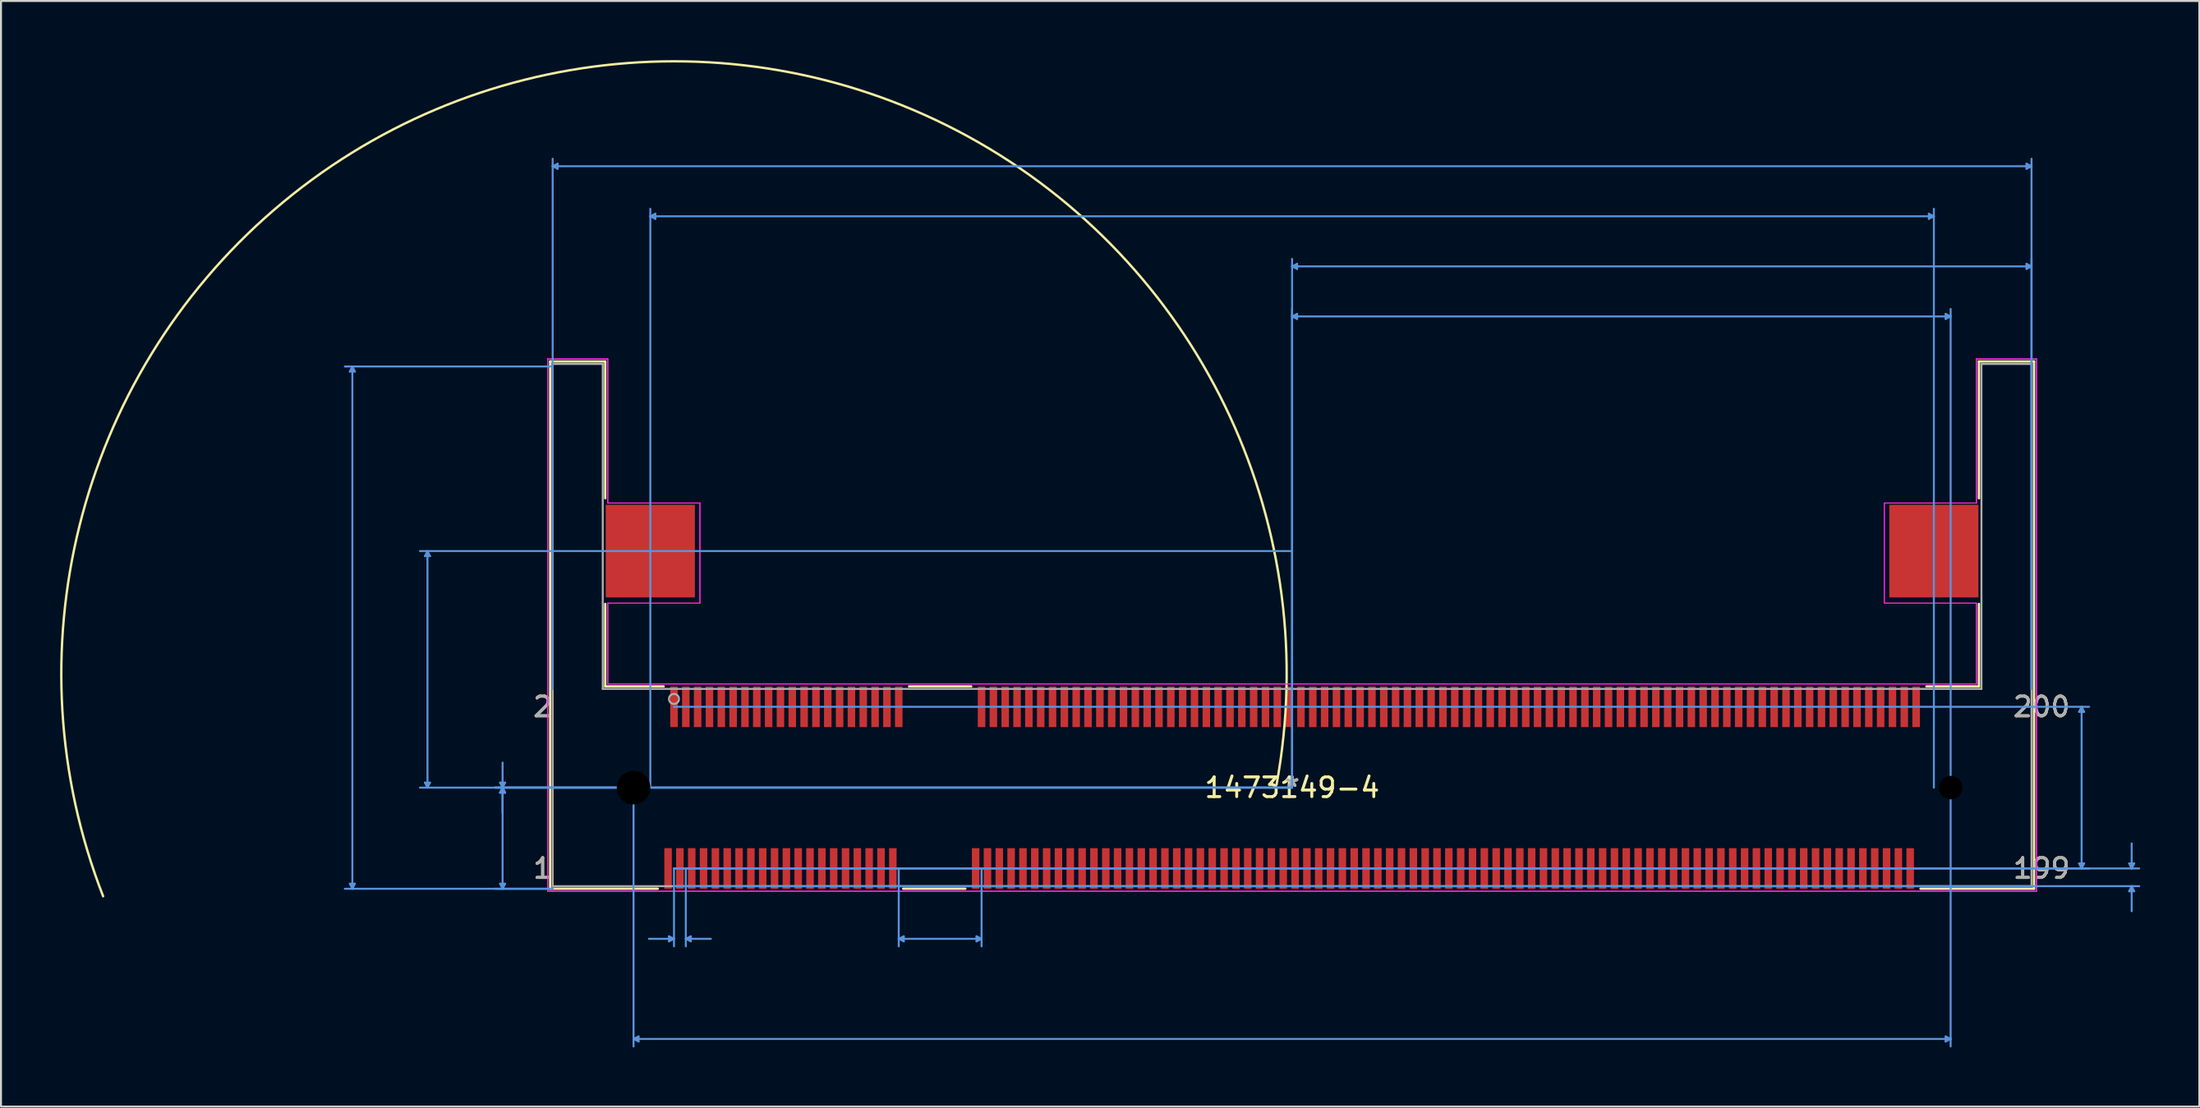
<source format=kicad_pcb>
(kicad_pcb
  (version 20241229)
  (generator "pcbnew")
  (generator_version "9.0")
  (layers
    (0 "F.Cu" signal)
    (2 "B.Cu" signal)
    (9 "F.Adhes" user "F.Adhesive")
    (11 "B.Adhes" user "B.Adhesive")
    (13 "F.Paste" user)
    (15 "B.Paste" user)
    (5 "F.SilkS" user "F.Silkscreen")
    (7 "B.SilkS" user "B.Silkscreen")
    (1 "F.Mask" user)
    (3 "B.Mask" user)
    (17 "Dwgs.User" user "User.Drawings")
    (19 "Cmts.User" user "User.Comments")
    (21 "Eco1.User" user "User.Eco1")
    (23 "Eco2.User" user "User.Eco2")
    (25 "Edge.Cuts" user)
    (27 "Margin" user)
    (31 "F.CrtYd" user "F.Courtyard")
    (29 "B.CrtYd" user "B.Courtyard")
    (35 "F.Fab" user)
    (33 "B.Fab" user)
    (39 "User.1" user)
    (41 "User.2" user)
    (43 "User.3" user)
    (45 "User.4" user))
  (footprint "1473149-4"
    (layer "F.Cu")
    (at 62.484 36.906)
    (property "Reference" "1473149-4" (at 0 0 0) (layer "F.SilkS") (effects (font (size 1 1) (thickness 0.15))))
    (attr through_hole)
    (fp_line (start -37.63 -21.619) (end -34.836 -21.619) (stroke (width 0.12) (type solid)) (layer "F.SilkS"))
    (fp_line (start -37.63 5.127) (end -37.63 -21.619) (stroke (width 0.12) (type solid)) (layer "F.SilkS"))
    (fp_line (start -34.836 -21.619) (end -34.836 -14.681) (stroke (width 0.12) (type solid)) (layer "F.SilkS"))
    (fp_line (start -34.836 -9.319) (end -34.836 -5.135) (stroke (width 0.12) (type solid)) (layer "F.SilkS"))
    (fp_line (start -34.836 -5.135) (end -31.873 -5.135) (stroke (width 0.12) (type solid)) (layer "F.SilkS"))
    (fp_line (start -32.173 5.127) (end -37.63 5.127) (stroke (width 0.12) (type solid)) (layer "F.SilkS"))
    (fp_line (start -19.427 -5.135) (end -16.273 -5.135) (stroke (width 0.12) (type solid)) (layer "F.SilkS"))
    (fp_line (start -16.573 5.127) (end -19.727 5.127) (stroke (width 0.12) (type solid)) (layer "F.SilkS"))
    (fp_line (start 32.173 -5.135) (end 34.836 -5.135) (stroke (width 0.12) (type solid)) (layer "F.SilkS"))
    (fp_line (start 34.836 -21.619) (end 37.63 -21.619) (stroke (width 0.12) (type solid)) (layer "F.SilkS"))
    (fp_line (start 34.836 -14.681) (end 34.836 -21.619) (stroke (width 0.12) (type solid)) (layer "F.SilkS"))
    (fp_line (start 34.836 -5.135) (end 34.836 -9.319) (stroke (width 0.12) (type solid)) (layer "F.SilkS"))
    (fp_line (start 37.63 -21.619) (end 37.63 5.127) (stroke (width 0.12) (type solid)) (layer "F.SilkS"))
    (fp_line (start 37.63 5.127) (end 31.873 5.127) (stroke (width 0.12) (type solid)) (layer "F.SilkS"))
    (fp_arc (start -60.302902 5.510565) (mid -34.290533 -36.706329) (end -0.789838 -0.146613) (stroke (width 0.12) (type solid)) (layer "F.SilkS"))
    (fp_line (start -47.79 -21.11) (end -47.536 -21.11) (stroke (width 0.1) (type solid)) (layer "Cmts.User"))
    (fp_line (start -47.79 4.875) (end -47.536 4.875) (stroke (width 0.1) (type solid)) (layer "Cmts.User"))
    (fp_line (start -47.663 -21.364) (end -47.79 -21.11) (stroke (width 0.1) (type solid)) (layer "Cmts.User"))
    (fp_line (start -47.663 -21.364) (end -47.663 5.129) (stroke (width 0.1) (type solid)) (layer "Cmts.User"))
    (fp_line (start -47.663 -21.364) (end -47.536 -21.11) (stroke (width 0.1) (type solid)) (layer "Cmts.User"))
    (fp_line (start -47.663 5.129) (end -47.79 4.875) (stroke (width 0.1) (type solid)) (layer "Cmts.User"))
    (fp_line (start -47.663 5.129) (end -47.536 4.875) (stroke (width 0.1) (type solid)) (layer "Cmts.User"))
    (fp_line (start -43.98 -11.746) (end -43.726 -11.746) (stroke (width 0.1) (type solid)) (layer "Cmts.User"))
    (fp_line (start -43.98 -0.254) (end -43.726 -0.254) (stroke (width 0.1) (type solid)) (layer "Cmts.User"))
    (fp_line (start -43.853 -12) (end -43.98 -11.746) (stroke (width 0.1) (type solid)) (layer "Cmts.User"))
    (fp_line (start -43.853 -12) (end -43.853 0) (stroke (width 0.1) (type solid)) (layer "Cmts.User"))
    (fp_line (start -43.853 -12) (end -43.726 -11.746) (stroke (width 0.1) (type solid)) (layer "Cmts.User"))
    (fp_line (start -43.853 0) (end -43.98 -0.254) (stroke (width 0.1) (type solid)) (layer "Cmts.User"))
    (fp_line (start -43.853 0) (end -43.726 -0.254) (stroke (width 0.1) (type solid)) (layer "Cmts.User"))
    (fp_line (start -40.17 -0.254) (end -39.916 -0.254) (stroke (width 0.1) (type solid)) (layer "Cmts.User"))
    (fp_line (start -40.17 0.254) (end -39.916 0.254) (stroke (width 0.1) (type solid)) (layer "Cmts.User"))
    (fp_line (start -40.17 0.254) (end -39.916 0.254) (stroke (width 0.1) (type solid)) (layer "Cmts.User"))
    (fp_line (start -40.17 4.875) (end -39.916 4.875) (stroke (width 0.1) (type solid)) (layer "Cmts.User"))
    (fp_line (start -40.043 0) (end -40.17 -0.254) (stroke (width 0.1) (type solid)) (layer "Cmts.User"))
    (fp_line (start -40.043 0) (end -40.17 0.254) (stroke (width 0.1) (type solid)) (layer "Cmts.User"))
    (fp_line (start -40.043 0) (end -40.17 0.254) (stroke (width 0.1) (type solid)) (layer "Cmts.User"))
    (fp_line (start -40.043 0) (end -40.043 -1.27) (stroke (width 0.1) (type solid)) (layer "Cmts.User"))
    (fp_line (start -40.043 0) (end -40.043 1.27) (stroke (width 0.1) (type solid)) (layer "Cmts.User"))
    (fp_line (start -40.043 0) (end -40.043 5.129) (stroke (width 0.1) (type solid)) (layer "Cmts.User"))
    (fp_line (start -40.043 0) (end -39.916 -0.254) (stroke (width 0.1) (type solid)) (layer "Cmts.User"))
    (fp_line (start -40.043 0) (end -39.916 0.254) (stroke (width 0.1) (type solid)) (layer "Cmts.User"))
    (fp_line (start -40.043 0) (end -39.916 0.254) (stroke (width 0.1) (type solid)) (layer "Cmts.User"))
    (fp_line (start -40.043 5.129) (end -40.17 4.875) (stroke (width 0.1) (type solid)) (layer "Cmts.User"))
    (fp_line (start -40.043 5.129) (end -39.916 4.875) (stroke (width 0.1) (type solid)) (layer "Cmts.User"))
    (fp_line (start -37.503 -31.523) (end -37.249 -31.65) (stroke (width 0.1) (type solid)) (layer "Cmts.User"))
    (fp_line (start -37.503 -31.523) (end -37.249 -31.396) (stroke (width 0.1) (type solid)) (layer "Cmts.User"))
    (fp_line (start -37.503 -31.523) (end 37.503 -31.523) (stroke (width 0.1) (type solid)) (layer "Cmts.User"))
    (fp_line (start -37.503 -21.364) (end -48.044 -21.364) (stroke (width 0.1) (type solid)) (layer "Cmts.User"))
    (fp_line (start -37.503 -5.008) (end -37.503 -31.904) (stroke (width 0.1) (type solid)) (layer "Cmts.User"))
    (fp_line (start -37.503 5.129) (end -48.044 5.129) (stroke (width 0.1) (type solid)) (layer "Cmts.User"))
    (fp_line (start -37.503 5.129) (end -40.424 5.129) (stroke (width 0.1) (type solid)) (layer "Cmts.User"))
    (fp_line (start -37.249 -31.65) (end -37.249 -31.396) (stroke (width 0.1) (type solid)) (layer "Cmts.User"))
    (fp_line (start -33.401 0) (end -40.424 0) (stroke (width 0.1) (type solid)) (layer "Cmts.User"))
    (fp_line (start -33.401 0) (end -33.401 13.13) (stroke (width 0.1) (type solid)) (layer "Cmts.User"))
    (fp_line (start -33.401 12.749) (end -33.147 12.622) (stroke (width 0.1) (type solid)) (layer "Cmts.User"))
    (fp_line (start -33.401 12.749) (end -33.147 12.876) (stroke (width 0.1) (type solid)) (layer "Cmts.User"))
    (fp_line (start -33.401 12.749) (end 33.401 12.749) (stroke (width 0.1) (type solid)) (layer "Cmts.User"))
    (fp_line (start -33.147 12.622) (end -33.147 12.876) (stroke (width 0.1) (type solid)) (layer "Cmts.User"))
    (fp_line (start -32.55 -28.983) (end -32.296 -29.11) (stroke (width 0.1) (type solid)) (layer "Cmts.User"))
    (fp_line (start -32.55 -28.983) (end -32.296 -28.856) (stroke (width 0.1) (type solid)) (layer "Cmts.User"))
    (fp_line (start -32.55 -28.983) (end 32.55 -28.983) (stroke (width 0.1) (type solid)) (layer "Cmts.User"))
    (fp_line (start -32.55 0) (end -32.55 -29.364) (stroke (width 0.1) (type solid)) (layer "Cmts.User"))
    (fp_line (start -32.296 -29.11) (end -32.296 -28.856) (stroke (width 0.1) (type solid)) (layer "Cmts.User"))
    (fp_line (start -31.604 7.542) (end -31.604 7.796) (stroke (width 0.1) (type solid)) (layer "Cmts.User"))
    (fp_line (start -31.35 -4.1) (end 40.424 -4.1) (stroke (width 0.1) (type solid)) (layer "Cmts.User"))
    (fp_line (start -31.35 4.1) (end -31.35 8.05) (stroke (width 0.1) (type solid)) (layer "Cmts.User"))
    (fp_line (start -31.35 4.1) (end 42.964 4.1) (stroke (width 0.1) (type solid)) (layer "Cmts.User"))
    (fp_line (start -31.35 4.1) (end 40.424 4.1) (stroke (width 0.1) (type solid)) (layer "Cmts.User"))
    (fp_line (start -31.35 5) (end 42.964 5) (stroke (width 0.1) (type solid)) (layer "Cmts.User"))
    (fp_line (start -31.35 7.669) (end -32.62 7.669) (stroke (width 0.1) (type solid)) (layer "Cmts.User"))
    (fp_line (start -31.35 7.669) (end -31.604 7.542) (stroke (width 0.1) (type solid)) (layer "Cmts.User"))
    (fp_line (start -31.35 7.669) (end -31.604 7.796) (stroke (width 0.1) (type solid)) (layer "Cmts.User"))
    (fp_line (start -30.75 4.1) (end -30.75 8.05) (stroke (width 0.1) (type solid)) (layer "Cmts.User"))
    (fp_line (start -30.75 7.669) (end -30.496 7.542) (stroke (width 0.1) (type solid)) (layer "Cmts.User"))
    (fp_line (start -30.75 7.669) (end -30.496 7.796) (stroke (width 0.1) (type solid)) (layer "Cmts.User"))
    (fp_line (start -30.75 7.669) (end -29.48 7.669) (stroke (width 0.1) (type solid)) (layer "Cmts.User"))
    (fp_line (start -30.496 7.542) (end -30.496 7.796) (stroke (width 0.1) (type solid)) (layer "Cmts.User"))
    (fp_line (start -19.95 4.1) (end -19.95 8.05) (stroke (width 0.1) (type solid)) (layer "Cmts.User"))
    (fp_line (start -19.95 7.669) (end -19.696 7.542) (stroke (width 0.1) (type solid)) (layer "Cmts.User"))
    (fp_line (start -19.95 7.669) (end -19.696 7.796) (stroke (width 0.1) (type solid)) (layer "Cmts.User"))
    (fp_line (start -19.95 7.669) (end -15.75 7.669) (stroke (width 0.1) (type solid)) (layer "Cmts.User"))
    (fp_line (start -19.696 7.542) (end -19.696 7.796) (stroke (width 0.1) (type solid)) (layer "Cmts.User"))
    (fp_line (start -16.004 7.542) (end -16.004 7.796) (stroke (width 0.1) (type solid)) (layer "Cmts.User"))
    (fp_line (start -15.75 4.1) (end -15.75 8.05) (stroke (width 0.1) (type solid)) (layer "Cmts.User"))
    (fp_line (start -15.75 7.669) (end -16.004 7.542) (stroke (width 0.1) (type solid)) (layer "Cmts.User"))
    (fp_line (start -15.75 7.669) (end -16.004 7.796) (stroke (width 0.1) (type solid)) (layer "Cmts.User"))
    (fp_line (start 0 -26.443) (end 0.254 -26.57) (stroke (width 0.1) (type solid)) (layer "Cmts.User"))
    (fp_line (start 0 -26.443) (end 0.254 -26.316) (stroke (width 0.1) (type solid)) (layer "Cmts.User"))
    (fp_line (start 0 -26.443) (end 37.503 -26.443) (stroke (width 0.1) (type solid)) (layer "Cmts.User"))
    (fp_line (start 0 -23.904) (end 0.254 -24.031) (stroke (width 0.1) (type solid)) (layer "Cmts.User"))
    (fp_line (start 0 -23.904) (end 0.254 -23.777) (stroke (width 0.1) (type solid)) (layer "Cmts.User"))
    (fp_line (start 0 -23.904) (end 33.401 -23.904) (stroke (width 0.1) (type solid)) (layer "Cmts.User"))
    (fp_line (start 0 -12) (end -44.234 -12) (stroke (width 0.1) (type solid)) (layer "Cmts.User"))
    (fp_line (start 0 0) (end -44.234 0) (stroke (width 0.1) (type solid)) (layer "Cmts.User"))
    (fp_line (start 0 0) (end -40.424 0) (stroke (width 0.1) (type solid)) (layer "Cmts.User"))
    (fp_line (start 0 0) (end -40.424 0) (stroke (width 0.1) (type solid)) (layer "Cmts.User"))
    (fp_line (start 0 0) (end 0 -26.824) (stroke (width 0.1) (type solid)) (layer "Cmts.User"))
    (fp_line (start 0 0) (end 0 -24.285) (stroke (width 0.1) (type solid)) (layer "Cmts.User"))
    (fp_line (start 0.254 -26.57) (end 0.254 -26.316) (stroke (width 0.1) (type solid)) (layer "Cmts.User"))
    (fp_line (start 0.254 -24.031) (end 0.254 -23.777) (stroke (width 0.1) (type solid)) (layer "Cmts.User"))
    (fp_line (start 32.296 -29.11) (end 32.296 -28.856) (stroke (width 0.1) (type solid)) (layer "Cmts.User"))
    (fp_line (start 32.55 -28.983) (end 32.296 -29.11) (stroke (width 0.1) (type solid)) (layer "Cmts.User"))
    (fp_line (start 32.55 -28.983) (end 32.296 -28.856) (stroke (width 0.1) (type solid)) (layer "Cmts.User"))
    (fp_line (start 32.55 0) (end 32.55 -29.364) (stroke (width 0.1) (type solid)) (layer "Cmts.User"))
    (fp_line (start 33.147 -24.031) (end 33.147 -23.777) (stroke (width 0.1) (type solid)) (layer "Cmts.User"))
    (fp_line (start 33.147 12.622) (end 33.147 12.876) (stroke (width 0.1) (type solid)) (layer "Cmts.User"))
    (fp_line (start 33.401 -23.904) (end 33.147 -24.031) (stroke (width 0.1) (type solid)) (layer "Cmts.User"))
    (fp_line (start 33.401 -23.904) (end 33.147 -23.777) (stroke (width 0.1) (type solid)) (layer "Cmts.User"))
    (fp_line (start 33.401 0) (end 33.401 -24.285) (stroke (width 0.1) (type solid)) (layer "Cmts.User"))
    (fp_line (start 33.401 0) (end 33.401 13.13) (stroke (width 0.1) (type solid)) (layer "Cmts.User"))
    (fp_line (start 33.401 12.749) (end 33.147 12.622) (stroke (width 0.1) (type solid)) (layer "Cmts.User"))
    (fp_line (start 33.401 12.749) (end 33.147 12.876) (stroke (width 0.1) (type solid)) (layer "Cmts.User"))
    (fp_line (start 37.249 -31.65) (end 37.249 -31.396) (stroke (width 0.1) (type solid)) (layer "Cmts.User"))
    (fp_line (start 37.249 -26.57) (end 37.249 -26.316) (stroke (width 0.1) (type solid)) (layer "Cmts.User"))
    (fp_line (start 37.503 -31.523) (end 37.249 -31.65) (stroke (width 0.1) (type solid)) (layer "Cmts.User"))
    (fp_line (start 37.503 -31.523) (end 37.249 -31.396) (stroke (width 0.1) (type solid)) (layer "Cmts.User"))
    (fp_line (start 37.503 -26.443) (end 37.249 -26.57) (stroke (width 0.1) (type solid)) (layer "Cmts.User"))
    (fp_line (start 37.503 -26.443) (end 37.249 -26.316) (stroke (width 0.1) (type solid)) (layer "Cmts.User"))
    (fp_line (start 37.503 -5.008) (end 37.503 -31.904) (stroke (width 0.1) (type solid)) (layer "Cmts.User"))
    (fp_line (start 37.503 -5.008) (end 37.503 -26.824) (stroke (width 0.1) (type solid)) (layer "Cmts.User"))
    (fp_line (start 39.916 -3.846) (end 40.17 -3.846) (stroke (width 0.1) (type solid)) (layer "Cmts.User"))
    (fp_line (start 39.916 3.846) (end 40.17 3.846) (stroke (width 0.1) (type solid)) (layer "Cmts.User"))
    (fp_line (start 40.043 -4.1) (end 39.916 -3.846) (stroke (width 0.1) (type solid)) (layer "Cmts.User"))
    (fp_line (start 40.043 -4.1) (end 40.043 4.1) (stroke (width 0.1) (type solid)) (layer "Cmts.User"))
    (fp_line (start 40.043 -4.1) (end 40.17 -3.846) (stroke (width 0.1) (type solid)) (layer "Cmts.User"))
    (fp_line (start 40.043 4.1) (end 39.916 3.846) (stroke (width 0.1) (type solid)) (layer "Cmts.User"))
    (fp_line (start 40.043 4.1) (end 40.17 3.846) (stroke (width 0.1) (type solid)) (layer "Cmts.User"))
    (fp_line (start 42.456 3.846) (end 42.71 3.846) (stroke (width 0.1) (type solid)) (layer "Cmts.User"))
    (fp_line (start 42.456 5.254) (end 42.71 5.254) (stroke (width 0.1) (type solid)) (layer "Cmts.User"))
    (fp_line (start 42.583 4.1) (end 42.456 3.846) (stroke (width 0.1) (type solid)) (layer "Cmts.User"))
    (fp_line (start 42.583 4.1) (end 42.583 2.83) (stroke (width 0.1) (type solid)) (layer "Cmts.User"))
    (fp_line (start 42.583 4.1) (end 42.71 3.846) (stroke (width 0.1) (type solid)) (layer "Cmts.User"))
    (fp_line (start 42.583 5) (end 42.456 5.254) (stroke (width 0.1) (type solid)) (layer "Cmts.User"))
    (fp_line (start 42.583 5) (end 42.583 6.27) (stroke (width 0.1) (type solid)) (layer "Cmts.User"))
    (fp_line (start 42.583 5) (end 42.71 5.254) (stroke (width 0.1) (type solid)) (layer "Cmts.User"))
    (fp_line (start -37.757 -21.746) (end -34.709 -21.746) (stroke (width 0.05) (type solid)) (layer "F.CrtYd"))
    (fp_line (start -37.757 -21.746) (end -34.709 -21.746) (stroke (width 0.05) (type solid)) (layer "F.CrtYd"))
    (fp_line (start -37.757 5.254) (end -37.757 -21.746) (stroke (width 0.05) (type solid)) (layer "F.CrtYd"))
    (fp_line (start -37.757 5.254) (end -37.757 -21.746) (stroke (width 0.05) (type solid)) (layer "F.CrtYd"))
    (fp_line (start -34.709 -21.746) (end -34.709 -14.437) (stroke (width 0.05) (type solid)) (layer "F.CrtYd"))
    (fp_line (start -34.709 -21.746) (end -34.709 -14.437) (stroke (width 0.05) (type solid)) (layer "F.CrtYd"))
    (fp_line (start -34.709 -14.437) (end -30.035 -14.437) (stroke (width 0.05) (type solid)) (layer "F.CrtYd"))
    (fp_line (start -34.709 -14.437) (end -30.035 -14.437) (stroke (width 0.05) (type solid)) (layer "F.CrtYd"))
    (fp_line (start -34.709 -9.357) (end -34.709 -5.262) (stroke (width 0.05) (type solid)) (layer "F.CrtYd"))
    (fp_line (start -34.709 -9.357) (end -34.709 -5.262) (stroke (width 0.05) (type solid)) (layer "F.CrtYd"))
    (fp_line (start -34.709 -5.262) (end 34.709 -5.262) (stroke (width 0.05) (type solid)) (layer "F.CrtYd"))
    (fp_line (start -34.709 -5.262) (end 34.709 -5.262) (stroke (width 0.05) (type solid)) (layer "F.CrtYd"))
    (fp_line (start -30.035 -14.437) (end -30.035 -9.357) (stroke (width 0.05) (type solid)) (layer "F.CrtYd"))
    (fp_line (start -30.035 -14.437) (end -30.035 -9.357) (stroke (width 0.05) (type solid)) (layer "F.CrtYd"))
    (fp_line (start -30.035 -9.357) (end -34.709 -9.357) (stroke (width 0.05) (type solid)) (layer "F.CrtYd"))
    (fp_line (start -30.035 -9.357) (end -34.709 -9.357) (stroke (width 0.05) (type solid)) (layer "F.CrtYd"))
    (fp_line (start 30.035 -14.437) (end 34.709 -14.437) (stroke (width 0.05) (type solid)) (layer "F.CrtYd"))
    (fp_line (start 30.035 -14.437) (end 34.709 -14.437) (stroke (width 0.05) (type solid)) (layer "F.CrtYd"))
    (fp_line (start 30.035 -9.357) (end 30.035 -14.437) (stroke (width 0.05) (type solid)) (layer "F.CrtYd"))
    (fp_line (start 30.035 -9.357) (end 30.035 -14.437) (stroke (width 0.05) (type solid)) (layer "F.CrtYd"))
    (fp_line (start 34.709 -21.746) (end 37.757 -21.746) (stroke (width 0.05) (type solid)) (layer "F.CrtYd"))
    (fp_line (start 34.709 -21.746) (end 37.757 -21.746) (stroke (width 0.05) (type solid)) (layer "F.CrtYd"))
    (fp_line (start 34.709 -14.437) (end 34.709 -21.746) (stroke (width 0.05) (type solid)) (layer "F.CrtYd"))
    (fp_line (start 34.709 -14.437) (end 34.709 -21.746) (stroke (width 0.05) (type solid)) (layer "F.CrtYd"))
    (fp_line (start 34.709 -9.357) (end 30.035 -9.357) (stroke (width 0.05) (type solid)) (layer "F.CrtYd"))
    (fp_line (start 34.709 -9.357) (end 30.035 -9.357) (stroke (width 0.05) (type solid)) (layer "F.CrtYd"))
    (fp_line (start 34.709 -5.262) (end 34.709 -9.357) (stroke (width 0.05) (type solid)) (layer "F.CrtYd"))
    (fp_line (start 34.709 -5.262) (end 34.709 -9.357) (stroke (width 0.05) (type solid)) (layer "F.CrtYd"))
    (fp_line (start 37.757 -21.746) (end 37.757 5.254) (stroke (width 0.05) (type solid)) (layer "F.CrtYd"))
    (fp_line (start 37.757 -21.746) (end 37.757 5.254) (stroke (width 0.05) (type solid)) (layer "F.CrtYd"))
    (fp_line (start 37.757 5.254) (end -37.757 5.254) (stroke (width 0.05) (type solid)) (layer "F.CrtYd"))
    (fp_line (start 37.757 5.254) (end -37.757 5.254) (stroke (width 0.05) (type solid)) (layer "F.CrtYd"))
    (fp_line (start -37.503 -21.492) (end -34.963 -21.492) (stroke (width 0.1) (type solid)) (layer "F.Fab"))
    (fp_line (start -37.503 5) (end -37.503 -21.492) (stroke (width 0.1) (type solid)) (layer "F.Fab"))
    (fp_line (start -34.963 -21.492) (end -34.963 -5.008) (stroke (width 0.1) (type solid)) (layer "F.Fab"))
    (fp_line (start -34.963 -5.008) (end 34.963 -5.008) (stroke (width 0.1) (type solid)) (layer "F.Fab"))
    (fp_line (start 34.963 -21.492) (end 37.503 -21.492) (stroke (width 0.1) (type solid)) (layer "F.Fab"))
    (fp_line (start 34.963 -5.008) (end 34.963 -21.492) (stroke (width 0.1) (type solid)) (layer "F.Fab"))
    (fp_line (start 37.503 -21.492) (end 37.503 5) (stroke (width 0.1) (type solid)) (layer "F.Fab"))
    (fp_line (start 37.503 5) (end -37.503 5) (stroke (width 0.1) (type solid)) (layer "F.Fab"))
    (fp_circle (center -31.35 -4.5) (end -31.096 -4.5) (stroke (width 0.1) (type solid)) (fill no) (layer "F.Fab"))
    (fp_text user "200" (at 38.011 -4.1 0) (layer "F.SilkS") (effects (font (size 1 1) (thickness 0.15))))
    (fp_text user "*" (at 0 0 0) (layer "F.SilkS") (effects (font (size 1 1) (thickness 0.15))))
    (fp_text user "2" (at -38.011 -4.1 0) (layer "F.SilkS") (effects (font (size 1 1) (thickness 0.15))))
    (fp_text user "1" (at -38.011 4.1 0) (layer "F.SilkS") (effects (font (size 1 1) (thickness 0.15))))
    (fp_text user "199" (at 38.011 4.1 0) (layer "F.SilkS") (effects (font (size 1 1) (thickness 0.15))))
    (fp_text user "Copyright 2021 Accelerated Designs. All rights reserved." (at 0 0 0) (layer "Cmts.User") (effects (font (size 0.127 0.127) (thickness 0.002))))
    (fp_text user "1" (at -38.011 4.1 0) (layer "F.Fab") (effects (font (size 1 1) (thickness 0.15))))
    (fp_text user "200" (at 38.011 -4.1 0) (layer "F.Fab") (effects (font (size 1 1) (thickness 0.15))))
    (fp_text user "2" (at -38.011 -4.1 0) (layer "F.Fab") (effects (font (size 1 1) (thickness 0.15))))
    (fp_text user "199" (at 38.011 4.1 0) (layer "F.Fab") (effects (font (size 1 1) (thickness 0.15))))
    (fp_text user "*" (at 0 0 0) (layer "F.Fab") (effects (font (size 1 1) (thickness 0.15))))
    (pad "" np_thru_hole circle (at -33.401 0) (size 2.21 2.21) (drill 1.702) (layers))
    (pad "" np_thru_hole circle (at 33.401 0) (size 1.702 1.702) (drill 1.194) (layers))
    (pad "1" smd rect (at -31.65 4.1) (size 0.381 2.057) (layers "F.Cu" "F.Mask" "F.Paste"))
    (pad "2" smd rect (at -31.35 -4.1) (size 0.381 2.057) (layers "F.Cu" "F.Mask" "F.Paste"))
    (pad "3" smd rect (at -31.05 4.1) (size 0.381 2.057) (layers "F.Cu" "F.Mask" "F.Paste"))
    (pad "4" smd rect (at -30.75 -4.1) (size 0.381 2.057) (layers "F.Cu" "F.Mask" "F.Paste"))
    (pad "5" smd rect (at -30.45 4.1) (size 0.381 2.057) (layers "F.Cu" "F.Mask" "F.Paste"))
    (pad "6" smd rect (at -30.15 -4.1) (size 0.381 2.057) (layers "F.Cu" "F.Mask" "F.Paste"))
    (pad "7" smd rect (at -29.85 4.1) (size 0.381 2.057) (layers "F.Cu" "F.Mask" "F.Paste"))
    (pad "8" smd rect (at -29.55 -4.1) (size 0.381 2.057) (layers "F.Cu" "F.Mask" "F.Paste"))
    (pad "9" smd rect (at -29.25 4.1) (size 0.381 2.057) (layers "F.Cu" "F.Mask" "F.Paste"))
    (pad "10" smd rect (at -28.95 -4.1) (size 0.381 2.057) (layers "F.Cu" "F.Mask" "F.Paste"))
    (pad "11" smd rect (at -28.65 4.1) (size 0.381 2.057) (layers "F.Cu" "F.Mask" "F.Paste"))
    (pad "12" smd rect (at -28.35 -4.1) (size 0.381 2.057) (layers "F.Cu" "F.Mask" "F.Paste"))
    (pad "13" smd rect (at -28.05 4.1) (size 0.381 2.057) (layers "F.Cu" "F.Mask" "F.Paste"))
    (pad "14" smd rect (at -27.75 -4.1) (size 0.381 2.057) (layers "F.Cu" "F.Mask" "F.Paste"))
    (pad "15" smd rect (at -27.45 4.1) (size 0.381 2.057) (layers "F.Cu" "F.Mask" "F.Paste"))
    (pad "16" smd rect (at -27.15 -4.1) (size 0.381 2.057) (layers "F.Cu" "F.Mask" "F.Paste"))
    (pad "17" smd rect (at -26.85 4.1) (size 0.381 2.057) (layers "F.Cu" "F.Mask" "F.Paste"))
    (pad "18" smd rect (at -26.55 -4.1) (size 0.381 2.057) (layers "F.Cu" "F.Mask" "F.Paste"))
    (pad "19" smd rect (at -26.25 4.1) (size 0.381 2.057) (layers "F.Cu" "F.Mask" "F.Paste"))
    (pad "20" smd rect (at -25.95 -4.1) (size 0.381 2.057) (layers "F.Cu" "F.Mask" "F.Paste"))
    (pad "21" smd rect (at -25.65 4.1) (size 0.381 2.057) (layers "F.Cu" "F.Mask" "F.Paste"))
    (pad "22" smd rect (at -25.35 -4.1) (size 0.381 2.057) (layers "F.Cu" "F.Mask" "F.Paste"))
    (pad "23" smd rect (at -25.05 4.1) (size 0.381 2.057) (layers "F.Cu" "F.Mask" "F.Paste"))
    (pad "24" smd rect (at -24.75 -4.1) (size 0.381 2.057) (layers "F.Cu" "F.Mask" "F.Paste"))
    (pad "25" smd rect (at -24.45 4.1) (size 0.381 2.057) (layers "F.Cu" "F.Mask" "F.Paste"))
    (pad "26" smd rect (at -24.15 -4.1) (size 0.381 2.057) (layers "F.Cu" "F.Mask" "F.Paste"))
    (pad "27" smd rect (at -23.85 4.1) (size 0.381 2.057) (layers "F.Cu" "F.Mask" "F.Paste"))
    (pad "28" smd rect (at -23.55 -4.1) (size 0.381 2.057) (layers "F.Cu" "F.Mask" "F.Paste"))
    (pad "29" smd rect (at -23.25 4.1) (size 0.381 2.057) (layers "F.Cu" "F.Mask" "F.Paste"))
    (pad "30" smd rect (at -22.95 -4.1) (size 0.381 2.057) (layers "F.Cu" "F.Mask" "F.Paste"))
    (pad "31" smd rect (at -22.65 4.1) (size 0.381 2.057) (layers "F.Cu" "F.Mask" "F.Paste"))
    (pad "32" smd rect (at -22.35 -4.1) (size 0.381 2.057) (layers "F.Cu" "F.Mask" "F.Paste"))
    (pad "33" smd rect (at -22.05 4.1) (size 0.381 2.057) (layers "F.Cu" "F.Mask" "F.Paste"))
    (pad "34" smd rect (at -21.75 -4.1) (size 0.381 2.057) (layers "F.Cu" "F.Mask" "F.Paste"))
    (pad "35" smd rect (at -21.45 4.1) (size 0.381 2.057) (layers "F.Cu" "F.Mask" "F.Paste"))
    (pad "36" smd rect (at -21.15 -4.1) (size 0.381 2.057) (layers "F.Cu" "F.Mask" "F.Paste"))
    (pad "37" smd rect (at -20.85 4.1) (size 0.381 2.057) (layers "F.Cu" "F.Mask" "F.Paste"))
    (pad "38" smd rect (at -20.55 -4.1) (size 0.381 2.057) (layers "F.Cu" "F.Mask" "F.Paste"))
    (pad "39" smd rect (at -20.25 4.1) (size 0.381 2.057) (layers "F.Cu" "F.Mask" "F.Paste"))
    (pad "40" smd rect (at -19.95 -4.1) (size 0.381 2.057) (layers "F.Cu" "F.Mask" "F.Paste"))
    (pad "41" smd rect (at -16.05 4.1) (size 0.381 2.057) (layers "F.Cu" "F.Mask" "F.Paste"))
    (pad "42" smd rect (at -15.75 -4.1) (size 0.381 2.057) (layers "F.Cu" "F.Mask" "F.Paste"))
    (pad "43" smd rect (at -15.45 4.1) (size 0.381 2.057) (layers "F.Cu" "F.Mask" "F.Paste"))
    (pad "44" smd rect (at -15.15 -4.1) (size 0.381 2.057) (layers "F.Cu" "F.Mask" "F.Paste"))
    (pad "45" smd rect (at -14.85 4.1) (size 0.381 2.057) (layers "F.Cu" "F.Mask" "F.Paste"))
    (pad "46" smd rect (at -14.55 -4.1) (size 0.381 2.057) (layers "F.Cu" "F.Mask" "F.Paste"))
    (pad "47" smd rect (at -14.25 4.1) (size 0.381 2.057) (layers "F.Cu" "F.Mask" "F.Paste"))
    (pad "48" smd rect (at -13.95 -4.1) (size 0.381 2.057) (layers "F.Cu" "F.Mask" "F.Paste"))
    (pad "49" smd rect (at -13.65 4.1) (size 0.381 2.057) (layers "F.Cu" "F.Mask" "F.Paste"))
    (pad "50" smd rect (at -13.35 -4.1) (size 0.381 2.057) (layers "F.Cu" "F.Mask" "F.Paste"))
    (pad "51" smd rect (at -13.05 4.1) (size 0.381 2.057) (layers "F.Cu" "F.Mask" "F.Paste"))
    (pad "52" smd rect (at -12.75 -4.1) (size 0.381 2.057) (layers "F.Cu" "F.Mask" "F.Paste"))
    (pad "53" smd rect (at -12.45 4.1) (size 0.381 2.057) (layers "F.Cu" "F.Mask" "F.Paste"))
    (pad "54" smd rect (at -12.15 -4.1) (size 0.381 2.057) (layers "F.Cu" "F.Mask" "F.Paste"))
    (pad "55" smd rect (at -11.85 4.1) (size 0.381 2.057) (layers "F.Cu" "F.Mask" "F.Paste"))
    (pad "56" smd rect (at -11.55 -4.1) (size 0.381 2.057) (layers "F.Cu" "F.Mask" "F.Paste"))
    (pad "57" smd rect (at -11.25 4.1) (size 0.381 2.057) (layers "F.Cu" "F.Mask" "F.Paste"))
    (pad "58" smd rect (at -10.95 -4.1) (size 0.381 2.057) (layers "F.Cu" "F.Mask" "F.Paste"))
    (pad "59" smd rect (at -10.65 4.1) (size 0.381 2.057) (layers "F.Cu" "F.Mask" "F.Paste"))
    (pad "60" smd rect (at -10.35 -4.1) (size 0.381 2.057) (layers "F.Cu" "F.Mask" "F.Paste"))
    (pad "61" smd rect (at -10.05 4.1) (size 0.381 2.057) (layers "F.Cu" "F.Mask" "F.Paste"))
    (pad "62" smd rect (at -9.75 -4.1) (size 0.381 2.057) (layers "F.Cu" "F.Mask" "F.Paste"))
    (pad "63" smd rect (at -9.45 4.1) (size 0.381 2.057) (layers "F.Cu" "F.Mask" "F.Paste"))
    (pad "64" smd rect (at -9.15 -4.1) (size 0.381 2.057) (layers "F.Cu" "F.Mask" "F.Paste"))
    (pad "65" smd rect (at -8.85 4.1) (size 0.381 2.057) (layers "F.Cu" "F.Mask" "F.Paste"))
    (pad "66" smd rect (at -8.55 -4.1) (size 0.381 2.057) (layers "F.Cu" "F.Mask" "F.Paste"))
    (pad "67" smd rect (at -8.25 4.1) (size 0.381 2.057) (layers "F.Cu" "F.Mask" "F.Paste"))
    (pad "68" smd rect (at -7.95 -4.1) (size 0.381 2.057) (layers "F.Cu" "F.Mask" "F.Paste"))
    (pad "69" smd rect (at -7.65 4.1) (size 0.381 2.057) (layers "F.Cu" "F.Mask" "F.Paste"))
    (pad "70" smd rect (at -7.35 -4.1) (size 0.381 2.057) (layers "F.Cu" "F.Mask" "F.Paste"))
    (pad "71" smd rect (at -7.05 4.1) (size 0.381 2.057) (layers "F.Cu" "F.Mask" "F.Paste"))
    (pad "72" smd rect (at -6.75 -4.1) (size 0.381 2.057) (layers "F.Cu" "F.Mask" "F.Paste"))
    (pad "73" smd rect (at -6.45 4.1) (size 0.381 2.057) (layers "F.Cu" "F.Mask" "F.Paste"))
    (pad "74" smd rect (at -6.15 -4.1) (size 0.381 2.057) (layers "F.Cu" "F.Mask" "F.Paste"))
    (pad "75" smd rect (at -5.85 4.1) (size 0.381 2.057) (layers "F.Cu" "F.Mask" "F.Paste"))
    (pad "76" smd rect (at -5.55 -4.1) (size 0.381 2.057) (layers "F.Cu" "F.Mask" "F.Paste"))
    (pad "77" smd rect (at -5.25 4.1) (size 0.381 2.057) (layers "F.Cu" "F.Mask" "F.Paste"))
    (pad "78" smd rect (at -4.95 -4.1) (size 0.381 2.057) (layers "F.Cu" "F.Mask" "F.Paste"))
    (pad "79" smd rect (at -4.65 4.1) (size 0.381 2.057) (layers "F.Cu" "F.Mask" "F.Paste"))
    (pad "80" smd rect (at -4.35 -4.1) (size 0.381 2.057) (layers "F.Cu" "F.Mask" "F.Paste"))
    (pad "81" smd rect (at -4.05 4.1) (size 0.381 2.057) (layers "F.Cu" "F.Mask" "F.Paste"))
    (pad "82" smd rect (at -3.75 -4.1) (size 0.381 2.057) (layers "F.Cu" "F.Mask" "F.Paste"))
    (pad "83" smd rect (at -3.45 4.1) (size 0.381 2.057) (layers "F.Cu" "F.Mask" "F.Paste"))
    (pad "84" smd rect (at -3.15 -4.1) (size 0.381 2.057) (layers "F.Cu" "F.Mask" "F.Paste"))
    (pad "85" smd rect (at -2.85 4.1) (size 0.381 2.057) (layers "F.Cu" "F.Mask" "F.Paste"))
    (pad "86" smd rect (at -2.55 -4.1) (size 0.381 2.057) (layers "F.Cu" "F.Mask" "F.Paste"))
    (pad "87" smd rect (at -2.25 4.1) (size 0.381 2.057) (layers "F.Cu" "F.Mask" "F.Paste"))
    (pad "88" smd rect (at -1.95 -4.1) (size 0.381 2.057) (layers "F.Cu" "F.Mask" "F.Paste"))
    (pad "89" smd rect (at -1.65 4.1) (size 0.381 2.057) (layers "F.Cu" "F.Mask" "F.Paste"))
    (pad "90" smd rect (at -1.35 -4.1) (size 0.381 2.057) (layers "F.Cu" "F.Mask" "F.Paste"))
    (pad "91" smd rect (at -1.05 4.1) (size 0.381 2.057) (layers "F.Cu" "F.Mask" "F.Paste"))
    (pad "92" smd rect (at -0.75 -4.1) (size 0.381 2.057) (layers "F.Cu" "F.Mask" "F.Paste"))
    (pad "93" smd rect (at -0.45 4.1) (size 0.381 2.057) (layers "F.Cu" "F.Mask" "F.Paste"))
    (pad "94" smd rect (at -0.15 -4.1) (size 0.381 2.057) (layers "F.Cu" "F.Mask" "F.Paste"))
    (pad "95" smd rect (at 0.15 4.1) (size 0.381 2.057) (layers "F.Cu" "F.Mask" "F.Paste"))
    (pad "96" smd rect (at 0.45 -4.1) (size 0.381 2.057) (layers "F.Cu" "F.Mask" "F.Paste"))
    (pad "97" smd rect (at 0.75 4.1) (size 0.381 2.057) (layers "F.Cu" "F.Mask" "F.Paste"))
    (pad "98" smd rect (at 1.05 -4.1) (size 0.381 2.057) (layers "F.Cu" "F.Mask" "F.Paste"))
    (pad "99" smd rect (at 1.35 4.1) (size 0.381 2.057) (layers "F.Cu" "F.Mask" "F.Paste"))
    (pad "100" smd rect (at 1.65 -4.1) (size 0.381 2.057) (layers "F.Cu" "F.Mask" "F.Paste"))
    (pad "101" smd rect (at 1.95 4.1) (size 0.381 2.057) (layers "F.Cu" "F.Mask" "F.Paste"))
    (pad "102" smd rect (at 2.25 -4.1) (size 0.381 2.057) (layers "F.Cu" "F.Mask" "F.Paste"))
    (pad "103" smd rect (at 2.55 4.1) (size 0.381 2.057) (layers "F.Cu" "F.Mask" "F.Paste"))
    (pad "104" smd rect (at 2.85 -4.1) (size 0.381 2.057) (layers "F.Cu" "F.Mask" "F.Paste"))
    (pad "105" smd rect (at 3.15 4.1) (size 0.381 2.057) (layers "F.Cu" "F.Mask" "F.Paste"))
    (pad "106" smd rect (at 3.45 -4.1) (size 0.381 2.057) (layers "F.Cu" "F.Mask" "F.Paste"))
    (pad "107" smd rect (at 3.75 4.1) (size 0.381 2.057) (layers "F.Cu" "F.Mask" "F.Paste"))
    (pad "108" smd rect (at 4.05 -4.1) (size 0.381 2.057) (layers "F.Cu" "F.Mask" "F.Paste"))
    (pad "109" smd rect (at 4.35 4.1) (size 0.381 2.057) (layers "F.Cu" "F.Mask" "F.Paste"))
    (pad "110" smd rect (at 4.65 -4.1) (size 0.381 2.057) (layers "F.Cu" "F.Mask" "F.Paste"))
    (pad "111" smd rect (at 4.95 4.1) (size 0.381 2.057) (layers "F.Cu" "F.Mask" "F.Paste"))
    (pad "112" smd rect (at 5.25 -4.1) (size 0.381 2.057) (layers "F.Cu" "F.Mask" "F.Paste"))
    (pad "113" smd rect (at 5.55 4.1) (size 0.381 2.057) (layers "F.Cu" "F.Mask" "F.Paste"))
    (pad "114" smd rect (at 5.85 -4.1) (size 0.381 2.057) (layers "F.Cu" "F.Mask" "F.Paste"))
    (pad "115" smd rect (at 6.15 4.1) (size 0.381 2.057) (layers "F.Cu" "F.Mask" "F.Paste"))
    (pad "116" smd rect (at 6.45 -4.1) (size 0.381 2.057) (layers "F.Cu" "F.Mask" "F.Paste"))
    (pad "117" smd rect (at 6.75 4.1) (size 0.381 2.057) (layers "F.Cu" "F.Mask" "F.Paste"))
    (pad "118" smd rect (at 7.05 -4.1) (size 0.381 2.057) (layers "F.Cu" "F.Mask" "F.Paste"))
    (pad "119" smd rect (at 7.35 4.1) (size 0.381 2.057) (layers "F.Cu" "F.Mask" "F.Paste"))
    (pad "120" smd rect (at 7.65 -4.1) (size 0.381 2.057) (layers "F.Cu" "F.Mask" "F.Paste"))
    (pad "121" smd rect (at 7.95 4.1) (size 0.381 2.057) (layers "F.Cu" "F.Mask" "F.Paste"))
    (pad "122" smd rect (at 8.25 -4.1) (size 0.381 2.057) (layers "F.Cu" "F.Mask" "F.Paste"))
    (pad "123" smd rect (at 8.55 4.1) (size 0.381 2.057) (layers "F.Cu" "F.Mask" "F.Paste"))
    (pad "124" smd rect (at 8.85 -4.1) (size 0.381 2.057) (layers "F.Cu" "F.Mask" "F.Paste"))
    (pad "125" smd rect (at 9.15 4.1) (size 0.381 2.057) (layers "F.Cu" "F.Mask" "F.Paste"))
    (pad "126" smd rect (at 9.45 -4.1) (size 0.381 2.057) (layers "F.Cu" "F.Mask" "F.Paste"))
    (pad "127" smd rect (at 9.75 4.1) (size 0.381 2.057) (layers "F.Cu" "F.Mask" "F.Paste"))
    (pad "128" smd rect (at 10.05 -4.1) (size 0.381 2.057) (layers "F.Cu" "F.Mask" "F.Paste"))
    (pad "129" smd rect (at 10.35 4.1) (size 0.381 2.057) (layers "F.Cu" "F.Mask" "F.Paste"))
    (pad "130" smd rect (at 10.65 -4.1) (size 0.381 2.057) (layers "F.Cu" "F.Mask" "F.Paste"))
    (pad "131" smd rect (at 10.95 4.1) (size 0.381 2.057) (layers "F.Cu" "F.Mask" "F.Paste"))
    (pad "132" smd rect (at 11.25 -4.1) (size 0.381 2.057) (layers "F.Cu" "F.Mask" "F.Paste"))
    (pad "133" smd rect (at 11.55 4.1) (size 0.381 2.057) (layers "F.Cu" "F.Mask" "F.Paste"))
    (pad "134" smd rect (at 11.85 -4.1) (size 0.381 2.057) (layers "F.Cu" "F.Mask" "F.Paste"))
    (pad "135" smd rect (at 12.15 4.1) (size 0.381 2.057) (layers "F.Cu" "F.Mask" "F.Paste"))
    (pad "136" smd rect (at 12.45 -4.1) (size 0.381 2.057) (layers "F.Cu" "F.Mask" "F.Paste"))
    (pad "137" smd rect (at 12.75 4.1) (size 0.381 2.057) (layers "F.Cu" "F.Mask" "F.Paste"))
    (pad "138" smd rect (at 13.05 -4.1) (size 0.381 2.057) (layers "F.Cu" "F.Mask" "F.Paste"))
    (pad "139" smd rect (at 13.35 4.1) (size 0.381 2.057) (layers "F.Cu" "F.Mask" "F.Paste"))
    (pad "140" smd rect (at 13.65 -4.1) (size 0.381 2.057) (layers "F.Cu" "F.Mask" "F.Paste"))
    (pad "141" smd rect (at 13.95 4.1) (size 0.381 2.057) (layers "F.Cu" "F.Mask" "F.Paste"))
    (pad "142" smd rect (at 14.25 -4.1) (size 0.381 2.057) (layers "F.Cu" "F.Mask" "F.Paste"))
    (pad "143" smd rect (at 14.55 4.1) (size 0.381 2.057) (layers "F.Cu" "F.Mask" "F.Paste"))
    (pad "144" smd rect (at 14.85 -4.1) (size 0.381 2.057) (layers "F.Cu" "F.Mask" "F.Paste"))
    (pad "145" smd rect (at 15.15 4.1) (size 0.381 2.057) (layers "F.Cu" "F.Mask" "F.Paste"))
    (pad "146" smd rect (at 15.45 -4.1) (size 0.381 2.057) (layers "F.Cu" "F.Mask" "F.Paste"))
    (pad "147" smd rect (at 15.75 4.1) (size 0.381 2.057) (layers "F.Cu" "F.Mask" "F.Paste"))
    (pad "148" smd rect (at 16.05 -4.1) (size 0.381 2.057) (layers "F.Cu" "F.Mask" "F.Paste"))
    (pad "149" smd rect (at 16.35 4.1) (size 0.381 2.057) (layers "F.Cu" "F.Mask" "F.Paste"))
    (pad "150" smd rect (at 16.65 -4.1) (size 0.381 2.057) (layers "F.Cu" "F.Mask" "F.Paste"))
    (pad "151" smd rect (at 16.95 4.1) (size 0.381 2.057) (layers "F.Cu" "F.Mask" "F.Paste"))
    (pad "152" smd rect (at 17.25 -4.1) (size 0.381 2.057) (layers "F.Cu" "F.Mask" "F.Paste"))
    (pad "153" smd rect (at 17.55 4.1) (size 0.381 2.057) (layers "F.Cu" "F.Mask" "F.Paste"))
    (pad "154" smd rect (at 17.85 -4.1) (size 0.381 2.057) (layers "F.Cu" "F.Mask" "F.Paste"))
    (pad "155" smd rect (at 18.15 4.1) (size 0.381 2.057) (layers "F.Cu" "F.Mask" "F.Paste"))
    (pad "156" smd rect (at 18.45 -4.1) (size 0.381 2.057) (layers "F.Cu" "F.Mask" "F.Paste"))
    (pad "157" smd rect (at 18.75 4.1) (size 0.381 2.057) (layers "F.Cu" "F.Mask" "F.Paste"))
    (pad "158" smd rect (at 19.05 -4.1) (size 0.381 2.057) (layers "F.Cu" "F.Mask" "F.Paste"))
    (pad "159" smd rect (at 19.35 4.1) (size 0.381 2.057) (layers "F.Cu" "F.Mask" "F.Paste"))
    (pad "160" smd rect (at 19.65 -4.1) (size 0.381 2.057) (layers "F.Cu" "F.Mask" "F.Paste"))
    (pad "161" smd rect (at 19.95 4.1) (size 0.381 2.057) (layers "F.Cu" "F.Mask" "F.Paste"))
    (pad "162" smd rect (at 20.25 -4.1) (size 0.381 2.057) (layers "F.Cu" "F.Mask" "F.Paste"))
    (pad "163" smd rect (at 20.55 4.1) (size 0.381 2.057) (layers "F.Cu" "F.Mask" "F.Paste"))
    (pad "164" smd rect (at 20.85 -4.1) (size 0.381 2.057) (layers "F.Cu" "F.Mask" "F.Paste"))
    (pad "165" smd rect (at 21.15 4.1) (size 0.381 2.057) (layers "F.Cu" "F.Mask" "F.Paste"))
    (pad "166" smd rect (at 21.45 -4.1) (size 0.381 2.057) (layers "F.Cu" "F.Mask" "F.Paste"))
    (pad "167" smd rect (at 21.75 4.1) (size 0.381 2.057) (layers "F.Cu" "F.Mask" "F.Paste"))
    (pad "168" smd rect (at 22.05 -4.1) (size 0.381 2.057) (layers "F.Cu" "F.Mask" "F.Paste"))
    (pad "169" smd rect (at 22.35 4.1) (size 0.381 2.057) (layers "F.Cu" "F.Mask" "F.Paste"))
    (pad "170" smd rect (at 22.65 -4.1) (size 0.381 2.057) (layers "F.Cu" "F.Mask" "F.Paste"))
    (pad "171" smd rect (at 22.95 4.1) (size 0.381 2.057) (layers "F.Cu" "F.Mask" "F.Paste"))
    (pad "172" smd rect (at 23.25 -4.1) (size 0.381 2.057) (layers "F.Cu" "F.Mask" "F.Paste"))
    (pad "173" smd rect (at 23.55 4.1) (size 0.381 2.057) (layers "F.Cu" "F.Mask" "F.Paste"))
    (pad "174" smd rect (at 23.85 -4.1) (size 0.381 2.057) (layers "F.Cu" "F.Mask" "F.Paste"))
    (pad "175" smd rect (at 24.15 4.1) (size 0.381 2.057) (layers "F.Cu" "F.Mask" "F.Paste"))
    (pad "176" smd rect (at 24.45 -4.1) (size 0.381 2.057) (layers "F.Cu" "F.Mask" "F.Paste"))
    (pad "177" smd rect (at 24.75 4.1) (size 0.381 2.057) (layers "F.Cu" "F.Mask" "F.Paste"))
    (pad "178" smd rect (at 25.05 -4.1) (size 0.381 2.057) (layers "F.Cu" "F.Mask" "F.Paste"))
    (pad "179" smd rect (at 25.35 4.1) (size 0.381 2.057) (layers "F.Cu" "F.Mask" "F.Paste"))
    (pad "180" smd rect (at 25.65 -4.1) (size 0.381 2.057) (layers "F.Cu" "F.Mask" "F.Paste"))
    (pad "181" smd rect (at 25.95 4.1) (size 0.381 2.057) (layers "F.Cu" "F.Mask" "F.Paste"))
    (pad "182" smd rect (at 26.25 -4.1) (size 0.381 2.057) (layers "F.Cu" "F.Mask" "F.Paste"))
    (pad "183" smd rect (at 26.55 4.1) (size 0.381 2.057) (layers "F.Cu" "F.Mask" "F.Paste"))
    (pad "184" smd rect (at 26.85 -4.1) (size 0.381 2.057) (layers "F.Cu" "F.Mask" "F.Paste"))
    (pad "185" smd rect (at 27.15 4.1) (size 0.381 2.057) (layers "F.Cu" "F.Mask" "F.Paste"))
    (pad "186" smd rect (at 27.45 -4.1) (size 0.381 2.057) (layers "F.Cu" "F.Mask" "F.Paste"))
    (pad "187" smd rect (at 27.75 4.1) (size 0.381 2.057) (layers "F.Cu" "F.Mask" "F.Paste"))
    (pad "188" smd rect (at 28.05 -4.1) (size 0.381 2.057) (layers "F.Cu" "F.Mask" "F.Paste"))
    (pad "189" smd rect (at 28.35 4.1) (size 0.381 2.057) (layers "F.Cu" "F.Mask" "F.Paste"))
    (pad "190" smd rect (at 28.65 -4.1) (size 0.381 2.057) (layers "F.Cu" "F.Mask" "F.Paste"))
    (pad "191" smd rect (at 28.95 4.1) (size 0.381 2.057) (layers "F.Cu" "F.Mask" "F.Paste"))
    (pad "192" smd rect (at 29.25 -4.1) (size 0.381 2.057) (layers "F.Cu" "F.Mask" "F.Paste"))
    (pad "193" smd rect (at 29.55 4.1) (size 0.381 2.057) (layers "F.Cu" "F.Mask" "F.Paste"))
    (pad "194" smd rect (at 29.85 -4.1) (size 0.381 2.057) (layers "F.Cu" "F.Mask" "F.Paste"))
    (pad "195" smd rect (at 30.15 4.1) (size 0.381 2.057) (layers "F.Cu" "F.Mask" "F.Paste"))
    (pad "196" smd rect (at 30.45 -4.1) (size 0.381 2.057) (layers "F.Cu" "F.Mask" "F.Paste"))
    (pad "197" smd rect (at 30.75 4.1) (size 0.381 2.057) (layers "F.Cu" "F.Mask" "F.Paste"))
    (pad "198" smd rect (at 31.05 -4.1) (size 0.381 2.057) (layers "F.Cu" "F.Mask" "F.Paste"))
    (pad "199" smd rect (at 31.35 4.1) (size 0.381 2.057) (layers "F.Cu" "F.Mask" "F.Paste"))
    (pad "200" smd rect (at 31.65 -4.1) (size 0.381 2.057) (layers "F.Cu" "F.Mask" "F.Paste"))
    (pad "204" smd rect (at -32.55 -12) (size 4.521 4.699) (layers "F.Cu" "F.Mask" "F.Paste"))
    (pad "205" smd rect (at 32.55 -12) (size 4.521 4.699) (layers "F.Cu" "F.Mask" "F.Paste")))
  (gr_rect
    (start -3 -3)
    (end 108.498 53.085)
    (stroke (width 0.1) (type default))
    (fill no)
    (layer "Edge.Cuts")))
</source>
